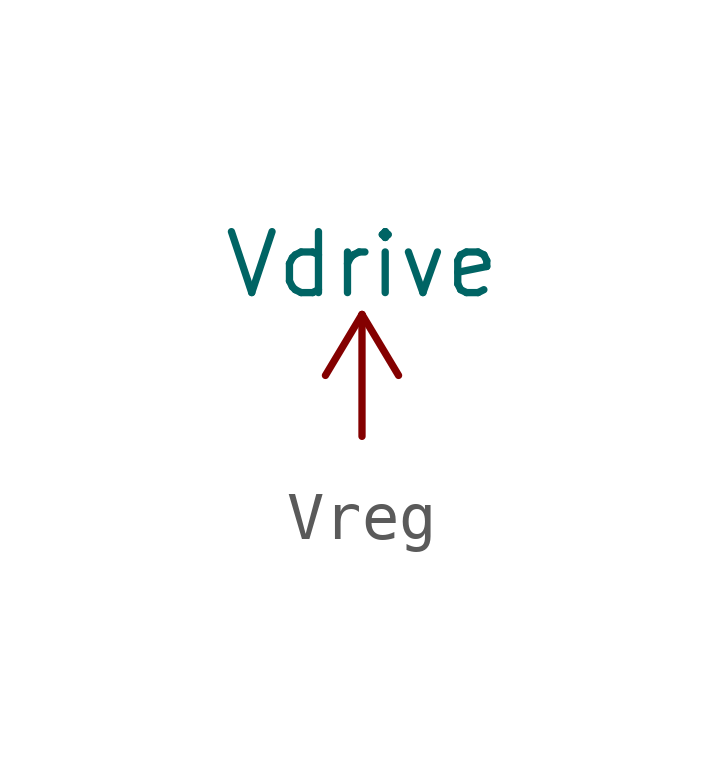
<source format=kicad_sym>
(kicad_symbol_lib
  (version 20241209)
  (generator "kicad_symbol_editor")
  (generator_version "9.0")
  (symbol "Vreg"
    (power)
    (pin_names
      (offset 0))
    (property "Reference" "#PWR0138"
      (at -5.08 -3.81 0)
      (effects (font (size 1.27 1.27)) (hide yes)))
    (property "Value" "Vdrive"
      (at 0 3.576 0)
      (effects (font (size 1.27 1.27))))
    (symbol "Vreg_0_1"
      (polyline (pts (xy -0.762 1.27) (xy 0 2.54)) (stroke (width 0) (type default)) (fill (type none)))
      (polyline (pts (xy 0 2.54) (xy 0.762 1.27)) (stroke (width 0) (type default)) (fill (type none)))
      (polyline (pts (xy 0 0) (xy 0 2.54)) (stroke (width 0) (type default)) (fill (type none))))
    (symbol "Vreg_1_1"
      (pin power_in line (at 0 0 90) (length 0) (hide yes) (name "Vdrive" (effects (font (size 1.27 1.27)))) (number "1" (effects (font (size 1.27 1.27))))))))
</source>
